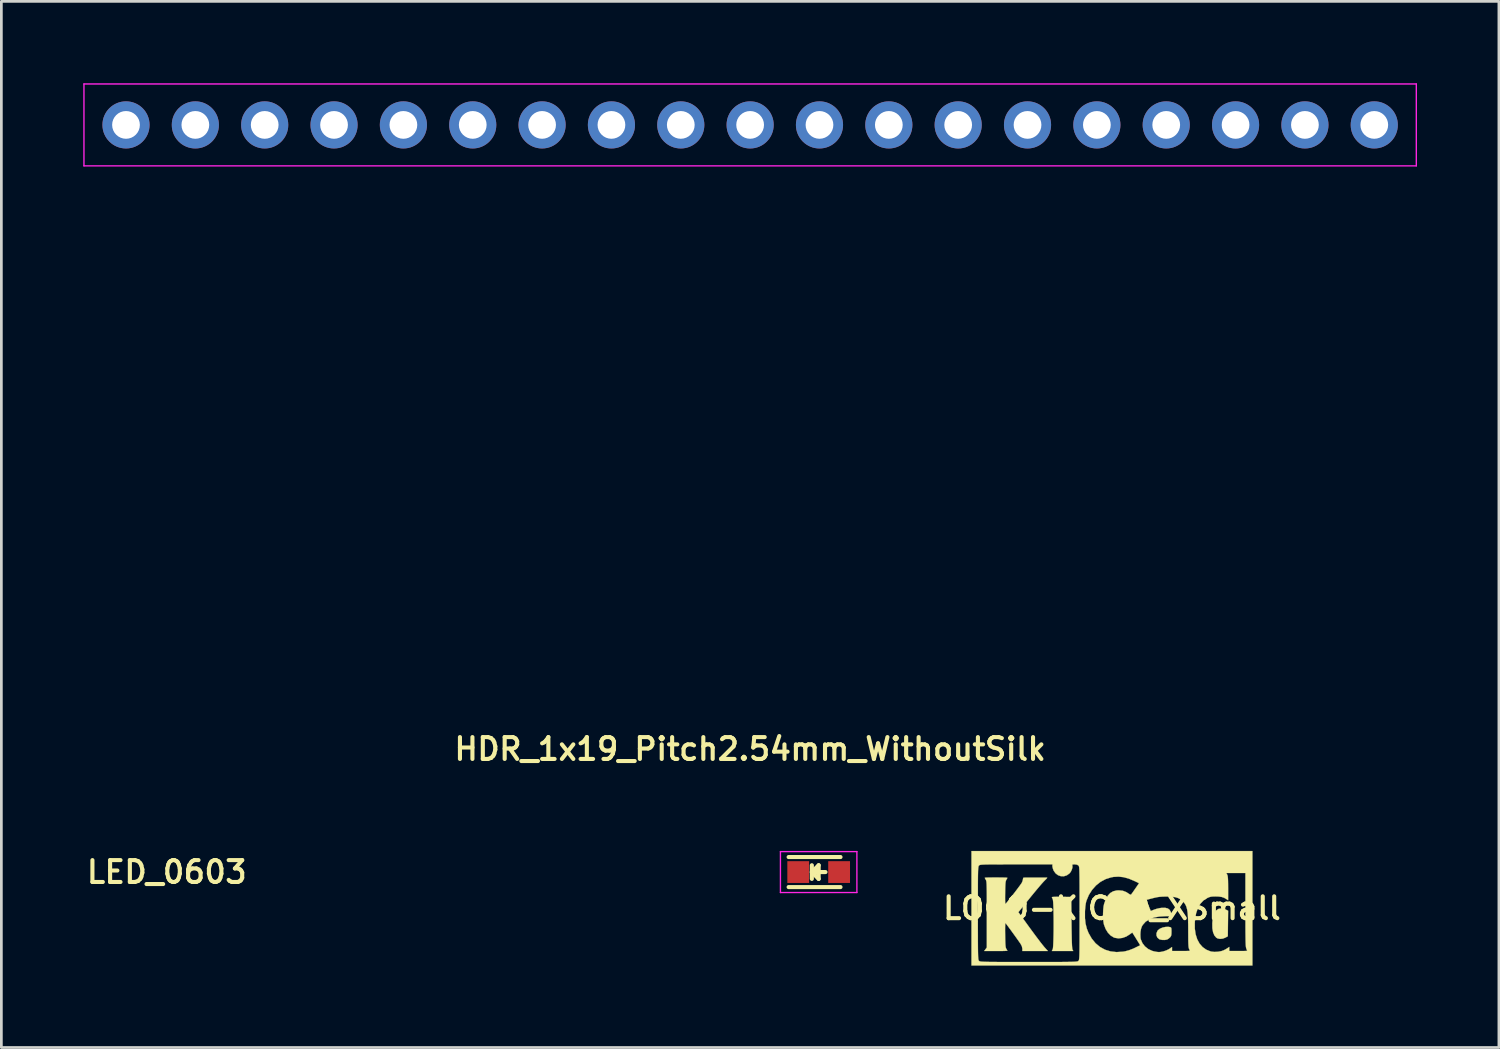
<source format=kicad_pcb>
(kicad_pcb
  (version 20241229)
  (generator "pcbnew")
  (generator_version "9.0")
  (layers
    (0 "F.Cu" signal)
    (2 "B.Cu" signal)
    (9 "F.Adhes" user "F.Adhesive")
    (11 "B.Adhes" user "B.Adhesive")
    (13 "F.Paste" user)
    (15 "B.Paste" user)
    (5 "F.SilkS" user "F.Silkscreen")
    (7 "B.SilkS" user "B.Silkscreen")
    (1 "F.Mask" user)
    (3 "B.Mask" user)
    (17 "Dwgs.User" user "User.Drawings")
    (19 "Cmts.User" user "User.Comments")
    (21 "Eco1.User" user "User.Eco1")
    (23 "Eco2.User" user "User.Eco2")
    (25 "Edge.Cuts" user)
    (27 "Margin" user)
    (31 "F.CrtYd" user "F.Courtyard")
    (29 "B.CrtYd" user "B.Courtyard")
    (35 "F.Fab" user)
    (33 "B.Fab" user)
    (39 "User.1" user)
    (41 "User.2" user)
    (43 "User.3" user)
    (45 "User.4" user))
  (footprint "HDR_1x19_Pitch2.54mm_WithoutSilk"
    (layer "F.Cu")
    (at 24.425 1.525)
    (property "Reference" "HDR_1x19_Pitch2.54mm_WithoutSilk" (at 0 22.86 0) (layer "F.SilkS") (effects (font (size 0.8 0.8) (thickness 0.15))))
    (attr through_hole)
    (fp_line (start -24.4 -1.5) (end -24.4 1.5) (stroke (width 0.05) (type solid)) (layer "F.CrtYd"))
    (fp_line (start -24.4 1.5) (end 24.4 1.5) (stroke (width 0.05) (type solid)) (layer "F.CrtYd"))
    (fp_line (start 24.4 -1.5) (end -24.4 -1.5) (stroke (width 0.05) (type solid)) (layer "F.CrtYd"))
    (fp_line (start 24.4 1.5) (end 24.4 -1.5) (stroke (width 0.05) (type solid)) (layer "F.CrtYd"))
    (pad "1" thru_hole oval (at -22.86 0) (size 1.727 1.727) (drill 1.016) (layers "*.Cu" "*.Mask"))
    (pad "2" thru_hole oval (at -20.32 0) (size 1.727 1.727) (drill 1.016) (layers "*.Cu" "*.Mask"))
    (pad "3" thru_hole oval (at -17.78 0) (size 1.727 1.727) (drill 1.016) (layers "*.Cu" "*.Mask"))
    (pad "4" thru_hole oval (at -15.24 0) (size 1.727 1.727) (drill 1.016) (layers "*.Cu" "*.Mask"))
    (pad "5" thru_hole oval (at -12.7 0) (size 1.727 1.727) (drill 1.016) (layers "*.Cu" "*.Mask"))
    (pad "6" thru_hole oval (at -10.16 0) (size 1.727 1.727) (drill 1.016) (layers "*.Cu" "*.Mask"))
    (pad "7" thru_hole oval (at -7.62 0) (size 1.727 1.727) (drill 1.016) (layers "*.Cu" "*.Mask"))
    (pad "8" thru_hole oval (at -5.08 0) (size 1.727 1.727) (drill 1.016) (layers "*.Cu" "*.Mask"))
    (pad "9" thru_hole oval (at -2.54 0) (size 1.727 1.727) (drill 1.016) (layers "*.Cu" "*.Mask"))
    (pad "10" thru_hole oval (at 0 0) (size 1.727 1.727) (drill 1.016) (layers "*.Cu" "*.Mask"))
    (pad "11" thru_hole oval (at 2.54 0) (size 1.727 1.727) (drill 1.016) (layers "*.Cu" "*.Mask"))
    (pad "12" thru_hole oval (at 5.08 0) (size 1.727 1.727) (drill 1.016) (layers "*.Cu" "*.Mask"))
    (pad "13" thru_hole oval (at 7.62 0) (size 1.727 1.727) (drill 1.016) (layers "*.Cu" "*.Mask"))
    (pad "14" thru_hole oval (at 10.16 0) (size 1.727 1.727) (drill 1.016) (layers "*.Cu" "*.Mask"))
    (pad "15" thru_hole oval (at 12.7 0) (size 1.727 1.727) (drill 1.016) (layers "*.Cu" "*.Mask"))
    (pad "16" thru_hole oval (at 15.24 0) (size 1.727 1.727) (drill 1.016) (layers "*.Cu" "*.Mask"))
    (pad "17" thru_hole oval (at 17.78 0) (size 1.727 1.727) (drill 1.016) (layers "*.Cu" "*.Mask"))
    (pad "18" thru_hole oval (at 20.32 0) (size 1.727 1.727) (drill 1.016) (layers "*.Cu" "*.Mask"))
    (pad "19" thru_hole oval (at 22.86 0) (size 1.727 1.727) (drill 1.016) (layers "*.Cu" "*.Mask")))
  (footprint "LED_0603"
    (layer "F.Cu")
    (at 26.935 28.891)
    (property "Reference" "LED_0603" (at -23.876 0 0) (layer "F.SilkS") (effects (font (size 0.8 0.8) (thickness 0.15))))
    (attr smd)
    (fp_line (start -1.1 -0.55) (end 0.8 -0.55) (stroke (width 0.15) (type solid)) (layer "F.SilkS"))
    (fp_line (start -1.1 0.55) (end 0.8 0.55) (stroke (width 0.15) (type solid)) (layer "F.SilkS"))
    (fp_line (start -0.25 -0.25) (end -0.25 0.25) (stroke (width 0.15) (type solid)) (layer "F.SilkS"))
    (fp_line (start -0.25 0) (end 0 -0.25) (stroke (width 0.15) (type solid)) (layer "F.SilkS"))
    (fp_line (start -0.2 0) (end 0.25 0) (stroke (width 0.15) (type solid)) (layer "F.SilkS"))
    (fp_line (start 0 -0.25) (end 0 0.25) (stroke (width 0.15) (type solid)) (layer "F.SilkS"))
    (fp_line (start 0 0.25) (end -0.25 0) (stroke (width 0.15) (type solid)) (layer "F.SilkS"))
    (fp_line (start -1.4 -0.75) (end 1.4 -0.75) (stroke (width 0.05) (type solid)) (layer "F.CrtYd"))
    (fp_line (start -1.4 0.75) (end -1.4 -0.75) (stroke (width 0.05) (type solid)) (layer "F.CrtYd"))
    (fp_line (start 1.4 -0.75) (end 1.4 0.75) (stroke (width 0.05) (type solid)) (layer "F.CrtYd"))
    (fp_line (start 1.4 0.75) (end -1.4 0.75) (stroke (width 0.05) (type solid)) (layer "F.CrtYd"))
    (pad "1" smd rect (at -0.749 0 180) (size 0.798 0.798) (layers "F.Cu" "F.Mask" "F.Paste"))
    (pad "2" smd rect (at 0.749 0 180) (size 0.798 0.798) (layers "F.Cu" "F.Mask" "F.Paste")))
  (footprint "LOGO-KICAD_XSmall"
    (layer "F.Cu")
    (at 37.677 30.217)
    (property "Reference" "LOGO-KICAD_XSmall" (at 0 0 0) (layer "F.SilkS") (effects (font (size 0.8 0.8) (thickness 0.15))))
    (attr through_hole)
    (fp_poly (pts (xy 4.125 0.031) (xy 4.178 0.053) (xy 4.255 0.09) (xy 4.244 1.025) (xy 4.159 1.073) (xy 4.062 1.111) (xy 3.961 1.122) (xy 3.871 1.104) (xy 3.823 1.078) (xy 3.752 0.995) (xy 3.704 0.879) (xy 3.678 0.73) (xy 3.676 0.55) (xy 3.684 0.448) (xy 3.712 0.286) (xy 3.76 0.161) (xy 3.826 0.072) (xy 3.91 0.02) (xy 4.01 0.006) (xy 4.125 0.031)) (stroke (width 0.01) (type solid)) (fill yes) (layer "F.SilkS"))
    (fp_poly (pts (xy 2.133 0.691) (xy 2.157 0.701) (xy 2.172 0.721) (xy 2.178 0.762) (xy 2.18 0.833) (xy 2.18 0.857) (xy 2.178 0.941) (xy 2.17 0.996) (xy 2.153 1.034) (xy 2.128 1.066) (xy 2.076 1.111) (xy 2.023 1.143) (xy 2.021 1.143) (xy 1.938 1.161) (xy 1.844 1.16) (xy 1.759 1.143) (xy 1.731 1.131) (xy 1.665 1.074) (xy 1.632 0.998) (xy 1.632 0.913) (xy 1.667 0.83) (xy 1.684 0.806) (xy 1.756 0.749) (xy 1.854 0.707) (xy 1.965 0.683) (xy 2.075 0.681) (xy 2.133 0.691)) (stroke (width 0.01) (type solid)) (fill yes) (layer "F.SilkS"))
    (fp_poly (pts (xy -1.847 -0.419) (xy -1.492 -0.413) (xy -1.482 0.529) (xy -1.479 0.77) (xy -1.475 0.971) (xy -1.472 1.136) (xy -1.468 1.268) (xy -1.463 1.369) (xy -1.458 1.442) (xy -1.452 1.49) (xy -1.445 1.516) (xy -1.444 1.519) (xy -1.417 1.566) (xy -2.202 1.566) (xy -2.17 1.504) (xy -2.161 1.466) (xy -2.154 1.391) (xy -2.148 1.286) (xy -2.143 1.155) (xy -2.139 1.005) (xy -2.136 0.841) (xy -2.135 0.668) (xy -2.135 0.493) (xy -2.136 0.321) (xy -2.139 0.157) (xy -2.142 0.007) (xy -2.147 -0.123) (xy -2.153 -0.228) (xy -2.161 -0.301) (xy -2.169 -0.338) (xy -2.17 -0.339) (xy -2.192 -0.382) (xy -2.201 -0.408) (xy -2.181 -0.413) (xy -2.126 -0.417) (xy -2.042 -0.419) (xy -1.937 -0.419) (xy -1.847 -0.419)) (stroke (width 0.01) (type solid)) (fill yes) (layer "F.SilkS"))
    (fp_poly (pts (xy -4.158 -1.127) (xy -4.05 -1.126) (xy -3.956 -1.124) (xy -3.883 -1.122) (xy -3.84 -1.118) (xy -3.831 -1.116) (xy -3.842 -1.088) (xy -3.867 -1.044) (xy -3.868 -1.043) (xy -3.881 -1.017) (xy -3.891 -0.983) (xy -3.899 -0.932) (xy -3.904 -0.86) (xy -3.908 -0.76) (xy -3.911 -0.627) (xy -3.912 -0.562) (xy -3.914 -0.399) (xy -3.913 -0.278) (xy -3.909 -0.198) (xy -3.903 -0.161) (xy -3.898 -0.159) (xy -3.866 -0.195) (xy -3.815 -0.257) (xy -3.749 -0.339) (xy -3.674 -0.435) (xy -3.594 -0.538) (xy -3.515 -0.641) (xy -3.442 -0.738) (xy -3.379 -0.823) (xy -3.331 -0.89) (xy -3.303 -0.931) (xy -3.301 -0.936) (xy -3.274 -0.999) (xy -3.26 -1.058) (xy -3.26 -1.068) (xy -3.249 -1.111) (xy -3.228 -1.122) (xy -3.197 -1.122) (xy -3.132 -1.123) (xy -3.042 -1.123) (xy -2.934 -1.123) (xy -2.818 -1.123) (xy -2.7 -1.123) (xy -2.589 -1.123) (xy -2.493 -1.123) (xy -2.42 -1.123) (xy -2.378 -1.122) (xy -2.372 -1.122) (xy -2.376 -1.109) (xy -2.406 -1.074) (xy -2.455 -1.025) (xy -2.467 -1.013) (xy -2.509 -0.969) (xy -2.573 -0.898) (xy -2.655 -0.803) (xy -2.75 -0.69) (xy -2.854 -0.565) (xy -2.963 -0.432) (xy -3.004 -0.381) (xy -3.427 0.143) (xy -3.015 0.712) (xy -2.909 0.856) (xy -2.806 0.996) (xy -2.708 1.126) (xy -2.621 1.241) (xy -2.548 1.334) (xy -2.493 1.402) (xy -2.475 1.423) (xy -2.347 1.566) (xy -3.281 1.566) (xy -3.281 1.486) (xy -3.299 1.393) (xy -3.341 1.311) (xy -3.369 1.269) (xy -3.416 1.202) (xy -3.477 1.116) (xy -3.547 1.018) (xy -3.621 0.915) (xy -3.695 0.813) (xy -3.765 0.718) (xy -3.825 0.637) (xy -3.87 0.576) (xy -3.897 0.543) (xy -3.899 0.54) (xy -3.906 0.553) (xy -3.91 0.605) (xy -3.913 0.694) (xy -3.914 0.817) (xy -3.912 0.971) (xy -3.912 0.975) (xy -3.909 1.129) (xy -3.906 1.247) (xy -3.902 1.335) (xy -3.896 1.397) (xy -3.888 1.44) (xy -3.878 1.471) (xy -3.868 1.487) (xy -3.842 1.53) (xy -3.831 1.555) (xy -3.831 1.555) (xy -3.851 1.558) (xy -3.907 1.561) (xy -3.993 1.564) (xy -4.102 1.566) (xy -4.228 1.566) (xy -4.255 1.566) (xy -4.679 1.566) (xy -4.631 1.501) (xy -4.583 1.436) (xy -4.583 0.225) (xy -4.583 -0.032) (xy -4.583 -0.251) (xy -4.583 -0.434) (xy -4.584 -0.584) (xy -4.586 -0.706) (xy -4.588 -0.803) (xy -4.59 -0.877) (xy -4.594 -0.934) (xy -4.598 -0.975) (xy -4.604 -1.004) (xy -4.611 -1.025) (xy -4.619 -1.041) (xy -4.624 -1.049) (xy -4.648 -1.091) (xy -4.656 -1.116) (xy -4.655 -1.117) (xy -4.63 -1.121) (xy -4.571 -1.124) (xy -4.486 -1.126) (xy -4.384 -1.127) (xy -4.272 -1.127) (xy -4.158 -1.127)) (stroke (width 0.01) (type solid)) (fill yes) (layer "F.SilkS"))
    (fp_poly (pts (xy 5.144 2.095) (xy -5.144 2.095) (xy -5.144 0.18) (xy -4.911 0.18) (xy -4.911 0.488) (xy -4.911 0.757) (xy -4.91 0.989) (xy -4.91 1.187) (xy -4.909 1.354) (xy -4.908 1.493) (xy -4.906 1.606) (xy -4.904 1.696) (xy -4.902 1.766) (xy -4.898 1.819) (xy -4.895 1.858) (xy -4.89 1.885) (xy -4.884 1.903) (xy -4.878 1.915) (xy -4.871 1.924) (xy -4.868 1.926) (xy -4.86 1.934) (xy -4.849 1.94) (xy -4.833 1.946) (xy -4.81 1.951) (xy -4.775 1.955) (xy -4.728 1.958) (xy -4.664 1.961) (xy -4.581 1.963) (xy -4.477 1.965) (xy -4.349 1.966) (xy -4.194 1.967) (xy -4.008 1.968) (xy -3.791 1.968) (xy -3.538 1.968) (xy -3.248 1.968) (xy -3.048 1.968) (xy -2.733 1.968) (xy -2.457 1.968) (xy -2.218 1.968) (xy -2.013 1.968) (xy -1.84 1.967) (xy -1.695 1.966) (xy -1.576 1.964) (xy -1.481 1.963) (xy -1.406 1.96) (xy -1.348 1.957) (xy -1.306 1.953) (xy -1.276 1.949) (xy -1.256 1.944) (xy -1.242 1.938) (xy -1.233 1.931) (xy -1.228 1.926) (xy -1.22 1.918) (xy -1.213 1.907) (xy -1.208 1.891) (xy -1.203 1.866) (xy -1.199 1.831) (xy -1.195 1.782) (xy -1.192 1.717) (xy -1.19 1.633) (xy -1.188 1.527) (xy -1.187 1.395) (xy -1.186 1.237) (xy -1.186 1.047) (xy -1.186 0.825) (xy -1.185 0.567) (xy -1.185 0.358) (xy -0.989 0.358) (xy -0.967 0.56) (xy -0.921 0.745) (xy -0.858 0.904) (xy -0.741 1.11) (xy -0.6 1.282) (xy -0.437 1.418) (xy -0.254 1.518) (xy -0.052 1.58) (xy 0.167 1.605) (xy 0.402 1.59) (xy 0.48 1.577) (xy 0.622 1.539) (xy 0.777 1.48) (xy 0.84 1.45) (xy 1.035 1.354) (xy 0.895 1.127) (xy 0.842 1.04) (xy 0.805 0.982) (xy 1.04 0.982) (xy 1.047 1.091) (xy 1.056 1.136) (xy 1.115 1.275) (xy 1.208 1.396) (xy 1.329 1.493) (xy 1.472 1.56) (xy 1.542 1.579) (xy 1.641 1.598) (xy 1.718 1.605) (xy 1.79 1.599) (xy 1.877 1.581) (xy 1.895 1.576) (xy 1.983 1.547) (xy 2.069 1.507) (xy 2.111 1.482) (xy 2.201 1.419) (xy 2.201 1.566) (xy 2.529 1.566) (xy 2.642 1.566) (xy 2.738 1.564) (xy 2.81 1.562) (xy 2.851 1.56) (xy 2.857 1.558) (xy 2.849 1.536) (xy 2.827 1.492) (xy 2.826 1.489) (xy 2.816 1.464) (xy 2.809 1.425) (xy 2.803 1.368) (xy 2.799 1.289) (xy 2.796 1.182) (xy 2.795 1.044) (xy 2.794 0.868) (xy 2.794 0.847) (xy 2.793 0.618) (xy 2.791 0.519) (xy 3.034 0.519) (xy 3.035 0.747) (xy 3.065 0.953) (xy 3.123 1.136) (xy 3.208 1.293) (xy 3.319 1.42) (xy 3.453 1.516) (xy 3.609 1.579) (xy 3.648 1.588) (xy 3.76 1.599) (xy 3.887 1.592) (xy 4.008 1.569) (xy 4.081 1.544) (xy 4.153 1.509) (xy 4.219 1.47) (xy 4.234 1.46) (xy 4.297 1.415) (xy 4.297 1.566) (xy 4.625 1.566) (xy 4.737 1.566) (xy 4.833 1.565) (xy 4.905 1.562) (xy 4.946 1.56) (xy 4.953 1.558) (xy 4.946 1.536) (xy 4.927 1.489) (xy 4.921 1.474) (xy 4.915 1.454) (xy 4.909 1.424) (xy 4.904 1.381) (xy 4.9 1.322) (xy 4.897 1.244) (xy 4.895 1.145) (xy 4.893 1.02) (xy 4.891 0.867) (xy 4.89 0.683) (xy 4.89 0.464) (xy 4.89 0.208) (xy 4.889 0.054) (xy 4.889 -1.291) (xy 4.19 -1.291) (xy 4.222 -1.229) (xy 4.234 -1.198) (xy 4.242 -1.154) (xy 4.248 -1.09) (xy 4.252 -1.001) (xy 4.254 -0.881) (xy 4.255 -0.73) (xy 4.255 -0.293) (xy 4.196 -0.334) (xy 4.111 -0.383) (xy 4.022 -0.414) (xy 3.916 -0.43) (xy 3.799 -0.434) (xy 3.7 -0.432) (xy 3.628 -0.425) (xy 3.568 -0.409) (xy 3.504 -0.382) (xy 3.489 -0.375) (xy 3.35 -0.285) (xy 3.236 -0.162) (xy 3.147 -0.007) (xy 3.083 0.181) (xy 3.044 0.403) (xy 3.034 0.519) (xy 2.791 0.519) (xy 2.789 0.428) (xy 2.781 0.27) (xy 2.77 0.141) (xy 2.752 0.036) (xy 2.729 -0.05) (xy 2.699 -0.12) (xy 2.661 -0.181) (xy 2.615 -0.236) (xy 2.591 -0.26) (xy 2.511 -0.326) (xy 2.425 -0.374) (xy 2.324 -0.406) (xy 2.201 -0.424) (xy 2.046 -0.43) (xy 2 -0.43) (xy 1.869 -0.428) (xy 1.764 -0.421) (xy 1.668 -0.409) (xy 1.566 -0.387) (xy 1.489 -0.368) (xy 1.253 -0.307) (xy 1.338 -0.103) (xy 1.422 0.101) (xy 1.55 0.049) (xy 1.645 0.018) (xy 1.753 -0.006) (xy 1.823 -0.015) (xy 1.95 -0.016) (xy 2.046 0.007) (xy 2.112 0.057) (xy 2.155 0.136) (xy 2.171 0.206) (xy 2.184 0.287) (xy 1.965 0.289) (xy 1.732 0.303) (xy 1.532 0.341) (xy 1.366 0.405) (xy 1.232 0.494) (xy 1.13 0.608) (xy 1.095 0.667) (xy 1.065 0.753) (xy 1.046 0.864) (xy 1.04 0.982) (xy 0.805 0.982) (xy 0.796 0.968) (xy 0.764 0.916) (xy 0.749 0.892) (xy 0.749 0.892) (xy 0.73 0.899) (xy 0.69 0.927) (xy 0.659 0.95) (xy 0.525 1.035) (xy 0.383 1.086) (xy 0.241 1.102) (xy 0.107 1.082) (xy 0.068 1.068) (xy -0.047 0.998) (xy -0.148 0.893) (xy -0.231 0.758) (xy -0.291 0.6) (xy -0.298 0.572) (xy -0.315 0.468) (xy -0.325 0.339) (xy -0.326 0.198) (xy -0.32 0.059) (xy -0.307 -0.066) (xy -0.288 -0.158) (xy -0.226 -0.329) (xy -0.151 -0.462) (xy -0.062 -0.558) (xy 0.045 -0.621) (xy 0.172 -0.652) (xy 0.254 -0.656) (xy 0.399 -0.641) (xy 0.527 -0.591) (xy 0.609 -0.537) (xy 0.658 -0.506) (xy 0.693 -0.497) (xy 0.699 -0.5) (xy 0.718 -0.524) (xy 0.755 -0.575) (xy 0.805 -0.646) (xy 0.855 -0.719) (xy 0.993 -0.919) (xy 0.82 -1.001) (xy 0.615 -1.087) (xy 0.426 -1.139) (xy 0.245 -1.159) (xy 0.062 -1.149) (xy -0.032 -1.132) (xy -0.231 -1.069) (xy -0.417 -0.969) (xy -0.584 -0.836) (xy -0.729 -0.673) (xy -0.847 -0.486) (xy -0.934 -0.277) (xy -0.941 -0.254) (xy -0.958 -0.18) (xy -0.973 -0.076) (xy -0.984 0.046) (xy -0.989 0.128) (xy -0.989 0.358) (xy -1.185 0.358) (xy -1.185 0.27) (xy -1.185 0.18) (xy -1.185 -0.128) (xy -1.185 -0.397) (xy -1.186 -0.629) (xy -1.186 -0.827) (xy -1.187 -0.994) (xy -1.188 -1.133) (xy -1.19 -1.246) (xy -1.192 -1.336) (xy -1.194 -1.406) (xy -1.198 -1.459) (xy -1.201 -1.498) (xy -1.206 -1.525) (xy -1.212 -1.543) (xy -1.218 -1.555) (xy -1.225 -1.564) (xy -1.228 -1.566) (xy -1.28 -1.598) (xy -1.359 -1.609) (xy -1.367 -1.609) (xy -1.425 -1.607) (xy -1.451 -1.598) (xy -1.453 -1.577) (xy -1.45 -1.567) (xy -1.447 -1.502) (xy -1.468 -1.421) (xy -1.506 -1.34) (xy -1.553 -1.279) (xy -1.651 -1.208) (xy -1.759 -1.173) (xy -1.869 -1.175) (xy -1.974 -1.211) (xy -2.065 -1.28) (xy -2.133 -1.375) (xy -2.161 -1.447) (xy -2.178 -1.516) (xy -2.18 -1.539) (xy -2.18 -1.609) (xy -3.503 -1.609) (xy -3.772 -1.609) (xy -4.003 -1.608) (xy -4.197 -1.608) (xy -4.358 -1.607) (xy -4.49 -1.606) (xy -4.596 -1.605) (xy -4.678 -1.602) (xy -4.741 -1.599) (xy -4.786 -1.595) (xy -4.818 -1.591) (xy -4.84 -1.585) (xy -4.854 -1.578) (xy -4.865 -1.57) (xy -4.868 -1.566) (xy -4.876 -1.558) (xy -4.883 -1.547) (xy -4.888 -1.531) (xy -4.893 -1.506) (xy -4.897 -1.471) (xy -4.901 -1.423) (xy -4.904 -1.357) (xy -4.906 -1.273) (xy -4.908 -1.167) (xy -4.909 -1.036) (xy -4.91 -0.877) (xy -4.91 -0.688) (xy -4.91 -0.465) (xy -4.911 -0.207) (xy -4.911 0.09) (xy -4.911 0.18) (xy -5.144 0.18) (xy -5.144 -2.095) (xy 5.144 -2.095) (xy 5.144 2.095)) (stroke (width 0.01) (type solid)) (fill yes) (layer "F.SilkS")))
  (gr_rect
    (start -3 -3)
    (end 51.85 35.317)
    (stroke (width 0.1) (type default))
    (fill no)
    (layer "Edge.Cuts")))
</source>
